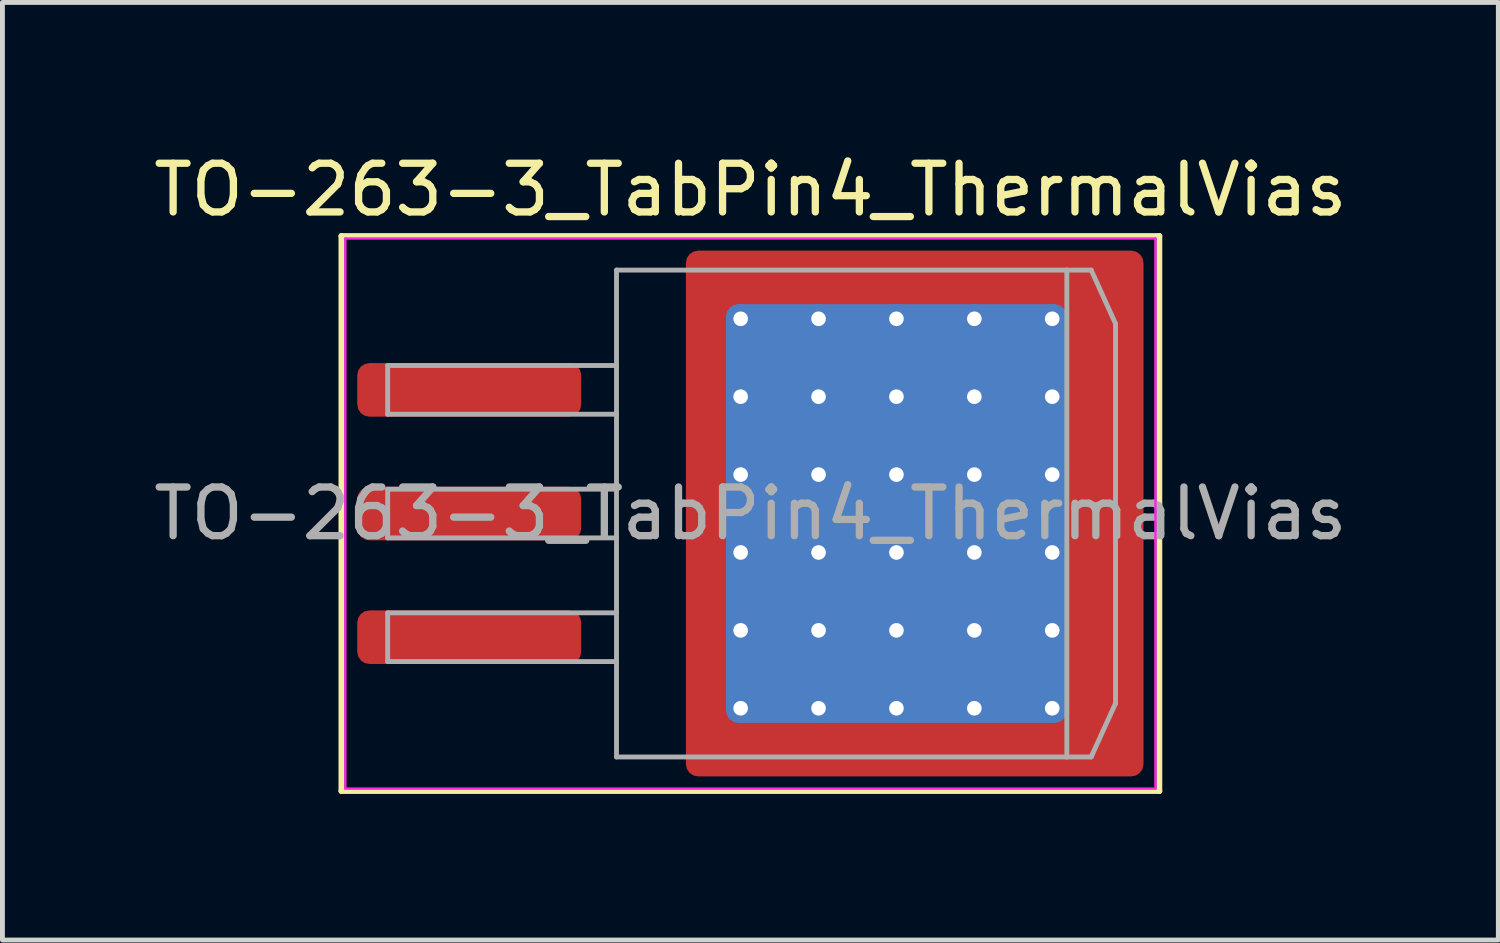
<source format=kicad_pcb>
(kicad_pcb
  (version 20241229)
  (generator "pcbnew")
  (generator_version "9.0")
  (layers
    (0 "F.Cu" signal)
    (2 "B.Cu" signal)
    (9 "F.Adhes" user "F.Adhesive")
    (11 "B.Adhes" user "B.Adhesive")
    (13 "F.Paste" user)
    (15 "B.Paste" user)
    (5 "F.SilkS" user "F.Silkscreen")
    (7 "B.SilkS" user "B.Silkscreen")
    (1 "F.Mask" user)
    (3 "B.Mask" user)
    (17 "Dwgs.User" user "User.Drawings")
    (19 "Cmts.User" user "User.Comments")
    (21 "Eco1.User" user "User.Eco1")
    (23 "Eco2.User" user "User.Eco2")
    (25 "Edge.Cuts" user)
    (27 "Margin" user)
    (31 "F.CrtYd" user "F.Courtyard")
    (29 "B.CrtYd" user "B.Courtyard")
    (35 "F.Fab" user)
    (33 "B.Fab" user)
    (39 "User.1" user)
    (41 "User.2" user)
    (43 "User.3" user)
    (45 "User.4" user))
  (footprint "TO-263-3_TabPin4_ThermalVias"
    (layer "F.Cu")
    (at 12.363 7.498)
    (property "Reference" "TO-263-3_TabPin4_ThermalVias" (at 0 -6.65 0) (layer "F.SilkS") (effects (font (size 1 1) (thickness 0.15))))
    (attr smd)
    (fp_line (start -8.4 -5.7) (end -8.4 5.7) (stroke (width 0.12) (type solid)) (layer "F.SilkS"))
    (fp_line (start -8.4 5.7) (end 8.4 5.7) (stroke (width 0.12) (type solid)) (layer "F.SilkS"))
    (fp_line (start 8.4 -5.7) (end -8.4 -5.7) (stroke (width 0.12) (type solid)) (layer "F.SilkS"))
    (fp_line (start 8.4 5.7) (end 8.4 -5.7) (stroke (width 0.12) (type solid)) (layer "F.SilkS"))
    (fp_line (start -8.32 -5.65) (end -8.32 5.65) (stroke (width 0.05) (type solid)) (layer "F.CrtYd"))
    (fp_line (start -8.32 5.65) (end 8.32 5.65) (stroke (width 0.05) (type solid)) (layer "F.CrtYd"))
    (fp_line (start 8.32 -5.65) (end -8.32 -5.65) (stroke (width 0.05) (type solid)) (layer "F.CrtYd"))
    (fp_line (start 8.32 5.65) (end 8.32 -5.65) (stroke (width 0.05) (type solid)) (layer "F.CrtYd"))
    (fp_line (start -7.45 -3.04) (end -7.45 -2.04) (stroke (width 0.1) (type solid)) (layer "F.Fab"))
    (fp_line (start -7.45 -2.04) (end -2.75 -2.04) (stroke (width 0.1) (type solid)) (layer "F.Fab"))
    (fp_line (start -7.45 -0.5) (end -7.45 0.5) (stroke (width 0.1) (type solid)) (layer "F.Fab"))
    (fp_line (start -7.45 0.5) (end -2.75 0.5) (stroke (width 0.1) (type solid)) (layer "F.Fab"))
    (fp_line (start -7.45 2.04) (end -7.45 3.04) (stroke (width 0.1) (type solid)) (layer "F.Fab"))
    (fp_line (start -7.45 3.04) (end -2.75 3.04) (stroke (width 0.1) (type solid)) (layer "F.Fab"))
    (fp_line (start -2.75 -5) (end 6.5 -5) (stroke (width 0.1) (type solid)) (layer "F.Fab"))
    (fp_line (start -2.75 -3.04) (end -7.45 -3.04) (stroke (width 0.1) (type solid)) (layer "F.Fab"))
    (fp_line (start -2.75 -0.5) (end -7.45 -0.5) (stroke (width 0.1) (type solid)) (layer "F.Fab"))
    (fp_line (start -2.75 2.04) (end -7.45 2.04) (stroke (width 0.1) (type solid)) (layer "F.Fab"))
    (fp_line (start -2.75 5) (end -2.75 -5) (stroke (width 0.1) (type solid)) (layer "F.Fab"))
    (fp_line (start 6.5 -5) (end 6.5 5) (stroke (width 0.1) (type solid)) (layer "F.Fab"))
    (fp_line (start 6.5 -5) (end 7 -5) (stroke (width 0.1) (type solid)) (layer "F.Fab"))
    (fp_line (start 6.5 5) (end -2.75 5) (stroke (width 0.1) (type solid)) (layer "F.Fab"))
    (fp_line (start 6.5 5) (end 7 5) (stroke (width 0.1) (type solid)) (layer "F.Fab"))
    (fp_line (start 7 -5) (end 7.5 -3.9) (stroke (width 0.1) (type solid)) (layer "F.Fab"))
    (fp_line (start 7 5) (end 7.5 3.9) (stroke (width 0.1) (type solid)) (layer "F.Fab"))
    (fp_line (start 7.5 -3.9) (end 7.5 3.9) (stroke (width 0.1) (type solid)) (layer "F.Fab"))
    (fp_text user "${REFERENCE}" (at 0 0 0) (layer "F.Fab") (effects (font (size 1 1) (thickness 0.15))))
    (pad "" smd roundrect (at -0.75 -4.65 90) (size 1.1 0.9) (layers "F.Paste") (roundrect_rratio 0.25))
    (pad "" smd roundrect (at -0.75 -3.2 90) (size 1.4 0.9) (layers "F.Paste") (roundrect_rratio 0.25))
    (pad "" smd roundrect (at -0.75 -1.6 90) (size 1.4 0.9) (layers "F.Paste") (roundrect_rratio 0.25))
    (pad "" smd roundrect (at -0.75 0 90) (size 1.4 0.9) (layers "F.Paste") (roundrect_rratio 0.25))
    (pad "" smd roundrect (at -0.75 1.6 90) (size 1.4 0.9) (layers "F.Paste") (roundrect_rratio 0.25))
    (pad "" smd roundrect (at -0.75 3.2 90) (size 1.4 0.9) (layers "F.Paste") (roundrect_rratio 0.25))
    (pad "" smd roundrect (at -0.75 4.65 90) (size 1.1 0.9) (layers "F.Paste") (roundrect_rratio 0.25))
    (pad "" smd roundrect (at 0.6 -4.65) (size 1.4 1.1) (layers "F.Paste") (roundrect_rratio 0.227))
    (pad "" smd roundrect (at 0.6 -3.2) (size 1.4 1.4) (layers "F.Paste") (roundrect_rratio 0.179))
    (pad "" smd roundrect (at 0.6 -1.6) (size 1.4 1.4) (layers "F.Paste") (roundrect_rratio 0.179))
    (pad "" smd roundrect (at 0.6 0) (size 1.4 1.4) (layers "F.Paste") (roundrect_rratio 0.179))
    (pad "" smd roundrect (at 0.6 1.6) (size 1.4 1.4) (layers "F.Paste") (roundrect_rratio 0.179))
    (pad "" smd roundrect (at 0.6 3.2) (size 1.4 1.4) (layers "F.Paste") (roundrect_rratio 0.179))
    (pad "" smd roundrect (at 0.6 4.65) (size 1.4 1.1) (layers "F.Paste") (roundrect_rratio 0.227))
    (pad "" smd roundrect (at 2.2 -4.65) (size 1.4 1.1) (layers "F.Paste") (roundrect_rratio 0.227))
    (pad "" smd roundrect (at 2.2 -3.2) (size 1.4 1.4) (layers "F.Paste") (roundrect_rratio 0.179))
    (pad "" smd roundrect (at 2.2 -1.6) (size 1.4 1.4) (layers "F.Paste") (roundrect_rratio 0.179))
    (pad "" smd roundrect (at 2.2 0) (size 1.4 1.4) (layers "F.Paste") (roundrect_rratio 0.179))
    (pad "" smd roundrect (at 2.2 1.6) (size 1.4 1.4) (layers "F.Paste") (roundrect_rratio 0.179))
    (pad "" smd roundrect (at 2.2 3.2) (size 1.4 1.4) (layers "F.Paste") (roundrect_rratio 0.179))
    (pad "" smd roundrect (at 2.2 4.65) (size 1.4 1.1) (layers "F.Paste") (roundrect_rratio 0.227))
    (pad "" smd roundrect (at 3.8 -4.65) (size 1.4 1.1) (layers "F.Paste") (roundrect_rratio 0.227))
    (pad "" smd roundrect (at 3.8 -3.2) (size 1.4 1.4) (layers "F.Paste") (roundrect_rratio 0.179))
    (pad "" smd roundrect (at 3.8 -1.6) (size 1.4 1.4) (layers "F.Paste") (roundrect_rratio 0.179))
    (pad "" smd roundrect (at 3.8 0) (size 1.4 1.4) (layers "F.Paste") (roundrect_rratio 0.179))
    (pad "" smd roundrect (at 3.8 1.6) (size 1.4 1.4) (layers "F.Paste") (roundrect_rratio 0.179))
    (pad "" smd roundrect (at 3.8 3.2) (size 1.4 1.4) (layers "F.Paste") (roundrect_rratio 0.179))
    (pad "" smd roundrect (at 3.8 4.65) (size 1.4 1.1) (layers "F.Paste") (roundrect_rratio 0.227))
    (pad "" smd roundrect (at 5.45 -4.65) (size 1.4 1.1) (layers "F.Paste") (roundrect_rratio 0.227))
    (pad "" smd roundrect (at 5.45 -3.2) (size 1.4 1.4) (layers "F.Paste") (roundrect_rratio 0.179))
    (pad "" smd roundrect (at 5.45 -1.6) (size 1.4 1.4) (layers "F.Paste") (roundrect_rratio 0.179))
    (pad "" smd roundrect (at 5.45 0) (size 1.4 1.4) (layers "F.Paste") (roundrect_rratio 0.179))
    (pad "" smd roundrect (at 5.45 1.6) (size 1.4 1.4) (layers "F.Paste") (roundrect_rratio 0.179))
    (pad "" smd roundrect (at 5.45 3.2) (size 1.4 1.4) (layers "F.Paste") (roundrect_rratio 0.179))
    (pad "" smd roundrect (at 5.45 4.65) (size 1.4 1.1) (layers "F.Paste") (roundrect_rratio 0.227))
    (pad "" smd roundrect (at 7.05 -4.65) (size 1.4 1.1) (layers "F.Paste") (roundrect_rratio 0.227))
    (pad "" smd roundrect (at 7.05 -3.2) (size 1.4 1.4) (layers "F.Paste") (roundrect_rratio 0.179))
    (pad "" smd roundrect (at 7.05 -1.6) (size 1.4 1.4) (layers "F.Paste") (roundrect_rratio 0.179))
    (pad "" smd roundrect (at 7.05 0) (size 1.4 1.4) (layers "F.Paste") (roundrect_rratio 0.179))
    (pad "" smd roundrect (at 7.05 1.6) (size 1.4 1.4) (layers "F.Paste") (roundrect_rratio 0.179))
    (pad "" smd roundrect (at 7.05 3.2) (size 1.4 1.4) (layers "F.Paste") (roundrect_rratio 0.179))
    (pad "" smd roundrect (at 7.05 4.65) (size 1.4 1.1) (layers "F.Paste") (roundrect_rratio 0.227))
    (pad "1" smd roundrect (at -5.775 -2.54) (size 4.6 1.1) (layers "F.Cu" "F.Mask" "F.Paste") (roundrect_rratio 0.227))
    (pad "2" smd roundrect (at -5.775 0) (size 4.6 1.1) (layers "F.Cu" "F.Mask" "F.Paste") (roundrect_rratio 0.227))
    (pad "3" smd roundrect (at -5.775 2.54) (size 4.6 1.1) (layers "F.Cu" "F.Mask" "F.Paste") (roundrect_rratio 0.227))
    (pad "4" thru_hole circle (at -0.2 -4) (size 0.6 0.6) (drill 0.3) (property pad_prop_heatsink) (layers "*.Cu"))
    (pad "4" thru_hole circle (at -0.2 -2.4) (size 0.6 0.6) (drill 0.3) (property pad_prop_heatsink) (layers "*.Cu"))
    (pad "4" thru_hole circle (at -0.2 -0.8) (size 0.6 0.6) (drill 0.3) (property pad_prop_heatsink) (layers "*.Cu"))
    (pad "4" thru_hole circle (at -0.2 0.8) (size 0.6 0.6) (drill 0.3) (property pad_prop_heatsink) (layers "*.Cu"))
    (pad "4" thru_hole circle (at -0.2 2.4) (size 0.6 0.6) (drill 0.3) (property pad_prop_heatsink) (layers "*.Cu"))
    (pad "4" thru_hole circle (at -0.2 4) (size 0.6 0.6) (drill 0.3) (property pad_prop_heatsink) (layers "*.Cu"))
    (pad "4" thru_hole circle (at 1.4 -4) (size 0.6 0.6) (drill 0.3) (property pad_prop_heatsink) (layers "*.Cu"))
    (pad "4" thru_hole circle (at 1.4 -2.4) (size 0.6 0.6) (drill 0.3) (property pad_prop_heatsink) (layers "*.Cu"))
    (pad "4" thru_hole circle (at 1.4 -0.8) (size 0.6 0.6) (drill 0.3) (property pad_prop_heatsink) (layers "*.Cu"))
    (pad "4" thru_hole circle (at 1.4 0.8) (size 0.6 0.6) (drill 0.3) (property pad_prop_heatsink) (layers "*.Cu"))
    (pad "4" thru_hole circle (at 1.4 2.4) (size 0.6 0.6) (drill 0.3) (property pad_prop_heatsink) (layers "*.Cu"))
    (pad "4" thru_hole circle (at 1.4 4) (size 0.6 0.6) (drill 0.3) (property pad_prop_heatsink) (layers "*.Cu"))
    (pad "4" thru_hole circle (at 3 -4) (size 0.6 0.6) (drill 0.3) (property pad_prop_heatsink) (layers "*.Cu"))
    (pad "4" thru_hole circle (at 3 -2.4) (size 0.6 0.6) (drill 0.3) (property pad_prop_heatsink) (layers "*.Cu"))
    (pad "4" thru_hole circle (at 3 -0.8) (size 0.6 0.6) (drill 0.3) (property pad_prop_heatsink) (layers "*.Cu"))
    (pad "4" smd roundrect (at 3 0) (size 7 8.6) (layers "B.Cu" "B.Mask") (roundrect_rratio 0.036))
    (pad "4" thru_hole circle (at 3 0.8) (size 0.6 0.6) (drill 0.3) (property pad_prop_heatsink) (layers "*.Cu"))
    (pad "4" thru_hole circle (at 3 2.4) (size 0.6 0.6) (drill 0.3) (property pad_prop_heatsink) (layers "*.Cu"))
    (pad "4" thru_hole circle (at 3 4) (size 0.6 0.6) (drill 0.3) (property pad_prop_heatsink) (layers "*.Cu"))
    (pad "4" smd roundrect (at 3.375 0) (size 9.4 10.8) (layers "F.Cu" "F.Mask") (roundrect_rratio 0.027))
    (pad "4" thru_hole circle (at 4.6 -4) (size 0.6 0.6) (drill 0.3) (property pad_prop_heatsink) (layers "*.Cu"))
    (pad "4" thru_hole circle (at 4.6 -2.4) (size 0.6 0.6) (drill 0.3) (property pad_prop_heatsink) (layers "*.Cu"))
    (pad "4" thru_hole circle (at 4.6 -0.8) (size 0.6 0.6) (drill 0.3) (property pad_prop_heatsink) (layers "*.Cu"))
    (pad "4" thru_hole circle (at 4.6 0.8) (size 0.6 0.6) (drill 0.3) (property pad_prop_heatsink) (layers "*.Cu"))
    (pad "4" thru_hole circle (at 4.6 2.4) (size 0.6 0.6) (drill 0.3) (property pad_prop_heatsink) (layers "*.Cu"))
    (pad "4" thru_hole circle (at 4.6 4) (size 0.6 0.6) (drill 0.3) (property pad_prop_heatsink) (layers "*.Cu"))
    (pad "4" thru_hole circle (at 6.2 -4) (size 0.6 0.6) (drill 0.3) (property pad_prop_heatsink) (layers "*.Cu"))
    (pad "4" thru_hole circle (at 6.2 -2.4) (size 0.6 0.6) (drill 0.3) (property pad_prop_heatsink) (layers "*.Cu"))
    (pad "4" thru_hole circle (at 6.2 -0.8) (size 0.6 0.6) (drill 0.3) (property pad_prop_heatsink) (layers "*.Cu"))
    (pad "4" thru_hole circle (at 6.2 0.8) (size 0.6 0.6) (drill 0.3) (property pad_prop_heatsink) (layers "*.Cu"))
    (pad "4" thru_hole circle (at 6.2 2.4) (size 0.6 0.6) (drill 0.3) (property pad_prop_heatsink) (layers "*.Cu"))
    (pad "4" thru_hole circle (at 6.2 4) (size 0.6 0.6) (drill 0.3) (property pad_prop_heatsink) (layers "*.Cu")))
  (gr_rect
    (start -3 -3)
    (end 27.726 16.258)
    (stroke (width 0.1) (type default))
    (fill no)
    (layer "Edge.Cuts")))
</source>
